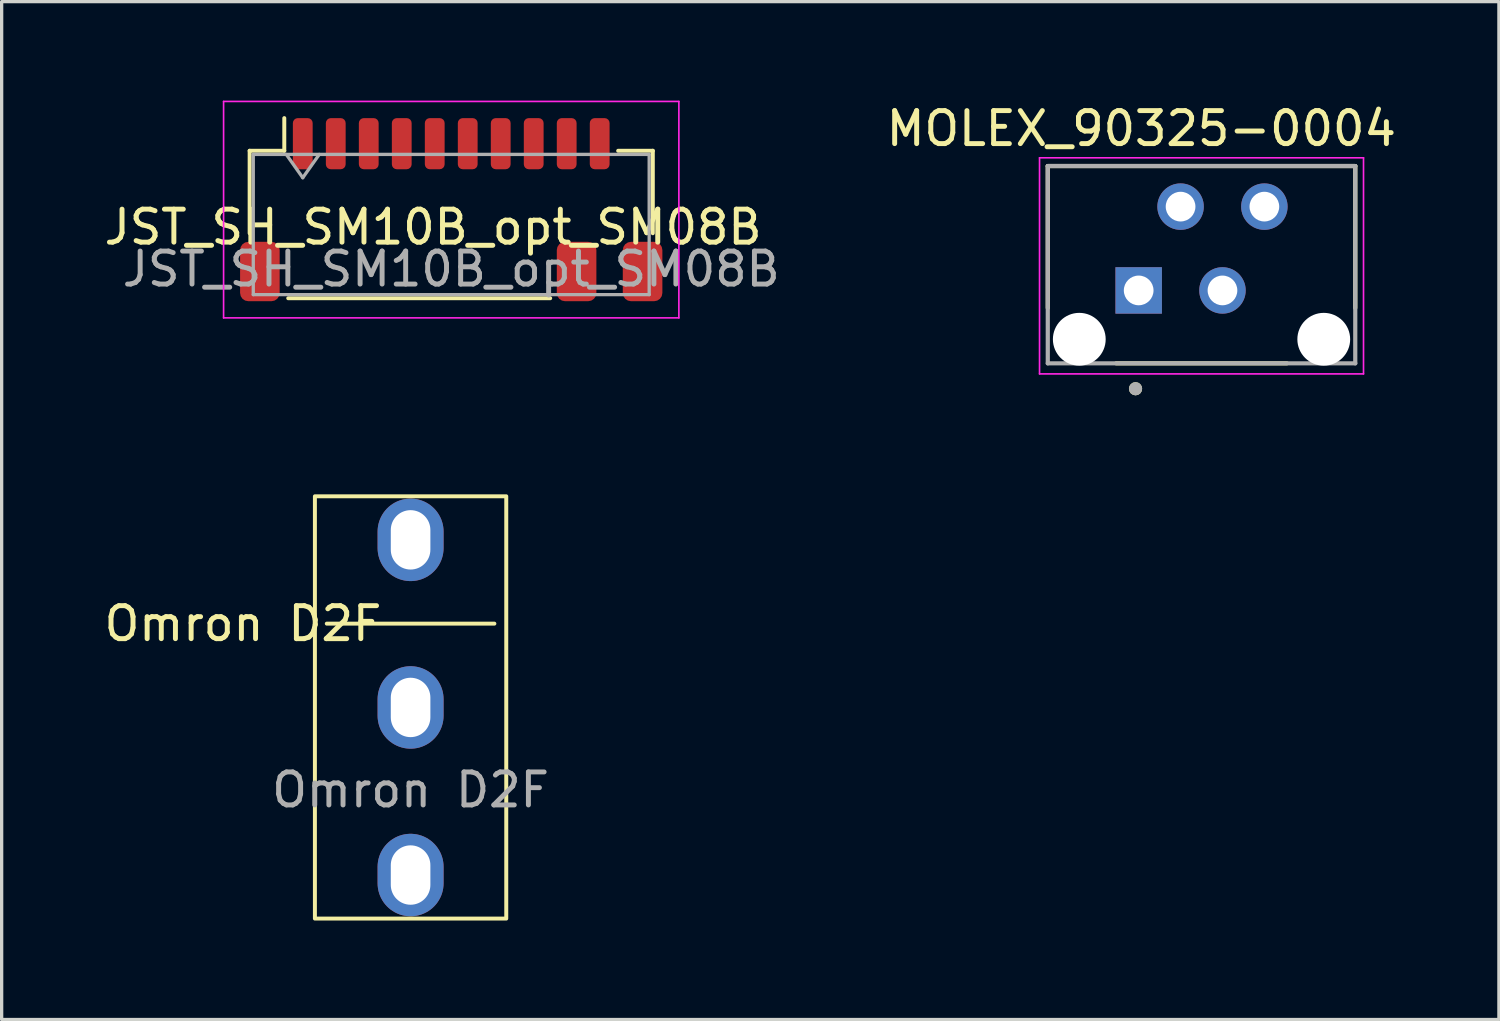
<source format=kicad_pcb>
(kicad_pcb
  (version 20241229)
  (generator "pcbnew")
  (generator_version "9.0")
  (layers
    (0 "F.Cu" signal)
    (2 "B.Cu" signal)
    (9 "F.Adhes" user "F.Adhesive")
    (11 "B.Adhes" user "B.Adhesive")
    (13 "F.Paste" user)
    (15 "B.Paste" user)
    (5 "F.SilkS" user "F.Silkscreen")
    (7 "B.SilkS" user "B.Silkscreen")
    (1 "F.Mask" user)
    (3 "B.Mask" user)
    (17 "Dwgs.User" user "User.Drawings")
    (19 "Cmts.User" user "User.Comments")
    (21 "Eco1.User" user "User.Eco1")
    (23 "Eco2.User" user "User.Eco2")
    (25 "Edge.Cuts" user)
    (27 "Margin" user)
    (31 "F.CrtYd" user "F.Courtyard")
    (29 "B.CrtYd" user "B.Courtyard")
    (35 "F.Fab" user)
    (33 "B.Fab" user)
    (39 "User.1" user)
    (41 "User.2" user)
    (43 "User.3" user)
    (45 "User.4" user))
  (footprint "JST_SH_SM10B_opt_SM08B"
    (layer "F.Cu")
    (at 10.077 2.565)
    (property "Reference" "JST_SH_SM10B_opt_SM08B" (at 0 1.27 0) (unlocked yes) (layer "F.SilkS") (effects (font (size 1 1) (thickness 0.15))))
    (attr smd)
    (fp_line (start -5.56 -1.045) (end -4.51 -1.045) (stroke (width 0.12) (type solid)) (layer "F.SilkS"))
    (fp_line (start -5.56 1.455) (end -5.56 -1.045) (stroke (width 0.12) (type solid)) (layer "F.SilkS"))
    (fp_line (start -4.51 -1.045) (end -4.51 -2.035) (stroke (width 0.12) (type solid)) (layer "F.SilkS"))
    (fp_line (start -4.39 3.425) (end 3.55 3.425) (stroke (width 0.12) (type solid)) (layer "F.SilkS"))
    (fp_line (start 6.66 -1.045) (end 5.61 -1.045) (stroke (width 0.12) (type solid)) (layer "F.SilkS"))
    (fp_line (start 6.66 1.455) (end 6.66 -1.045) (stroke (width 0.12) (type solid)) (layer "F.SilkS"))
    (fp_line (start -6.35 -2.54) (end -6.35 4.02) (stroke (width 0.05) (type solid)) (layer "F.CrtYd"))
    (fp_line (start -6.35 4.02) (end 7.45 4.02) (stroke (width 0.05) (type solid)) (layer "F.CrtYd"))
    (fp_line (start 7.45 -2.54) (end -6.35 -2.54) (stroke (width 0.05) (type solid)) (layer "F.CrtYd"))
    (fp_line (start 7.45 4.02) (end 7.45 -2.54) (stroke (width 0.05) (type solid)) (layer "F.CrtYd"))
    (fp_line (start -5.45 -0.935) (end -5.45 3.315) (stroke (width 0.1) (type solid)) (layer "F.Fab"))
    (fp_line (start -5.45 -0.935) (end 6.55 -0.935) (stroke (width 0.1) (type solid)) (layer "F.Fab"))
    (fp_line (start -5.45 3.315) (end 6.55 3.315) (stroke (width 0.1) (type solid)) (layer "F.Fab"))
    (fp_line (start -4.45 -0.935) (end -3.95 -0.228) (stroke (width 0.1) (type solid)) (layer "F.Fab"))
    (fp_line (start -3.95 -0.228) (end -3.45 -0.935) (stroke (width 0.1) (type solid)) (layer "F.Fab"))
    (fp_line (start 6.55 -0.935) (end 6.55 3.315) (stroke (width 0.1) (type solid)) (layer "F.Fab"))
    (fp_text user "${REFERENCE}" (at 0.55 2.54 0) (layer "F.Fab") (effects (font (size 1 1) (thickness 0.15))))
    (pad "1" smd roundrect (at -3.95 -1.26) (size 0.6 1.55) (layers "F.Cu" "F.Mask" "F.Paste") (roundrect_rratio 0.25))
    (pad "2" smd roundrect (at -2.95 -1.26) (size 0.6 1.55) (layers "F.Cu" "F.Mask" "F.Paste") (roundrect_rratio 0.25))
    (pad "3" smd roundrect (at -1.95 -1.26) (size 0.6 1.55) (layers "F.Cu" "F.Mask" "F.Paste") (roundrect_rratio 0.25))
    (pad "4" smd roundrect (at -0.95 -1.26) (size 0.6 1.55) (layers "F.Cu" "F.Mask" "F.Paste") (roundrect_rratio 0.25))
    (pad "5" smd roundrect (at 0.05 -1.26) (size 0.6 1.55) (layers "F.Cu" "F.Mask" "F.Paste") (roundrect_rratio 0.25))
    (pad "6" smd roundrect (at 1.05 -1.26) (size 0.6 1.55) (layers "F.Cu" "F.Mask" "F.Paste") (roundrect_rratio 0.25))
    (pad "7" smd roundrect (at 2.05 -1.26) (size 0.6 1.55) (layers "F.Cu" "F.Mask" "F.Paste") (roundrect_rratio 0.25))
    (pad "8" smd roundrect (at 3.05 -1.26) (size 0.6 1.55) (layers "F.Cu" "F.Mask" "F.Paste") (roundrect_rratio 0.25))
    (pad "9" smd roundrect (at 4.05 -1.26) (size 0.6 1.55) (layers "F.Cu" "F.Mask" "F.Paste") (roundrect_rratio 0.25))
    (pad "10" smd roundrect (at 5.05 -1.26) (size 0.6 1.55) (layers "F.Cu" "F.Mask" "F.Paste") (roundrect_rratio 0.25))
    (pad "MP" smd roundrect (at -5.25 2.615) (size 1.2 1.8) (layers "F.Cu" "F.Mask" "F.Paste") (roundrect_rratio 0.208))
    (pad "MP" smd roundrect (at 4.35 2.615) (size 1.2 1.8) (layers "F.Cu" "F.Mask" "F.Paste") (roundrect_rratio 0.208))
    (pad "MP" smd roundrect (at 6.35 2.615) (size 1.2 1.8) (layers "F.Cu" "F.Mask" "F.Paste") (roundrect_rratio 0.208)))
  (footprint "MOLEX_90325-0004"
    (layer "F.Cu")
    (at 33.369 4.483)
    (property "Reference" "MOLEX_90325-0004" (at -1.825 -3.635 0) (layer "F.SilkS") (effects (font (size 1 1) (thickness 0.15))))
    (attr through_hole)
    (fp_line (start -4.66 -2.5) (end -4.66 1.8) (stroke (width 0.127) (type solid)) (layer "F.SilkS"))
    (fp_line (start -2.585 3.48) (end 2.585 3.48) (stroke (width 0.127) (type solid)) (layer "F.SilkS"))
    (fp_line (start 4.66 -2.5) (end -4.66 -2.5) (stroke (width 0.127) (type solid)) (layer "F.SilkS"))
    (fp_line (start 4.66 1.8) (end 4.66 -2.5) (stroke (width 0.127) (type solid)) (layer "F.SilkS"))
    (fp_circle (center -2 4.25) (end -1.9 4.25) (stroke (width 0.2) (type solid)) (fill no) (layer "F.SilkS"))
    (fp_line (start -4.91 -2.75) (end 4.91 -2.75) (stroke (width 0.05) (type solid)) (layer "F.CrtYd"))
    (fp_line (start -4.91 3.8) (end -4.91 -2.75) (stroke (width 0.05) (type solid)) (layer "F.CrtYd"))
    (fp_line (start 4.91 -2.75) (end 4.91 3.8) (stroke (width 0.05) (type solid)) (layer "F.CrtYd"))
    (fp_line (start 4.91 3.8) (end -4.91 3.8) (stroke (width 0.05) (type solid)) (layer "F.CrtYd"))
    (fp_line (start -4.66 -2.5) (end -4.66 3.48) (stroke (width 0.127) (type solid)) (layer "F.Fab"))
    (fp_line (start -4.66 3.48) (end 4.66 3.48) (stroke (width 0.127) (type solid)) (layer "F.Fab"))
    (fp_line (start 4.66 -2.5) (end -4.66 -2.5) (stroke (width 0.127) (type solid)) (layer "F.Fab"))
    (fp_line (start 4.66 3.48) (end 4.66 -2.5) (stroke (width 0.127) (type solid)) (layer "F.Fab"))
    (fp_circle (center -2 4.25) (end -1.9 4.25) (stroke (width 0.2) (type solid)) (fill no) (layer "F.Fab"))
    (pad "" np_thru_hole circle (at -3.705 2.75) (size 1.6 1.6) (drill 1.6) (layers "*.Cu" "*.Mask"))
    (pad "" np_thru_hole circle (at 3.705 2.75) (size 1.6 1.6) (drill 1.6) (layers "*.Cu" "*.Mask"))
    (pad "1" thru_hole rect (at -1.905 1.27) (size 1.408 1.408) (drill 0.9) (layers "*.Cu" "*.Mask"))
    (pad "2" thru_hole circle (at -0.635 -1.27) (size 1.408 1.408) (drill 0.9) (layers "*.Cu" "*.Mask"))
    (pad "3" thru_hole circle (at 0.635 1.27) (size 1.408 1.408) (drill 0.9) (layers "*.Cu" "*.Mask"))
    (pad "4" thru_hole circle (at 1.905 -1.27) (size 1.408 1.408) (drill 0.9) (layers "*.Cu" "*.Mask")))
  (footprint "Omron D2F"
    (layer "F.Cu")
    (at 9.395 18.393)
    (property "Reference" "Omron D2F" (at -5.08 -2.54 0) (unlocked yes) (layer "F.SilkS") (effects (font (size 1 1) (thickness 0.15))))
    (attr through_hole)
    (fp_line (start -2.54 -2.54) (end 2.54 -2.54) (stroke (width 0.12) (type solid)) (layer "F.SilkS"))
    (fp_rect (start -2.9 -6.4) (end 2.9 6.4) (stroke (width 0.12) (type solid)) (fill no) (layer "F.SilkS"))
    (fp_text user "${REFERENCE}" (at 0 2.5 0) (unlocked yes) (layer "F.Fab") (effects (font (size 1 1) (thickness 0.15))))
    (pad "1" thru_hole oval (at 0 -5.08) (size 2 2.5) (drill oval 1.2 1.8) (layers "*.Cu" "*.Mask"))
    (pad "2" thru_hole oval (at 0 0) (size 2 2.5) (drill oval 1.2 1.8) (layers "*.Cu" "*.Mask"))
    (pad "3" thru_hole oval (at 0 5.08) (size 2 2.5) (drill oval 1.2 1.8) (layers "*.Cu" "*.Mask")))
  (gr_rect
    (start -3 -3)
    (end 42.383 27.853)
    (stroke (width 0.1) (type default))
    (fill no)
    (layer "Edge.Cuts")))
</source>
